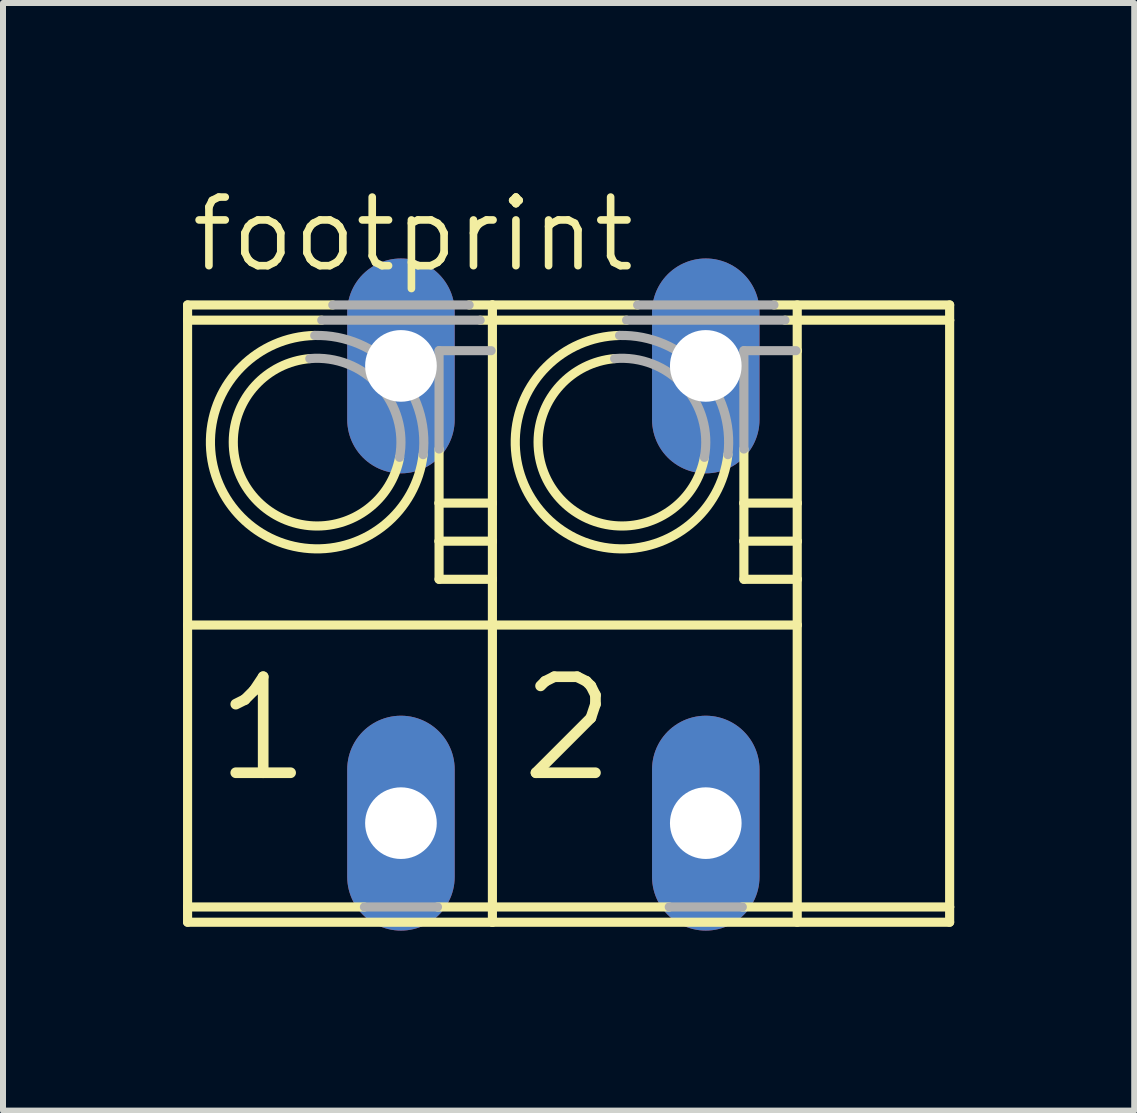
<source format=kicad_pcb>
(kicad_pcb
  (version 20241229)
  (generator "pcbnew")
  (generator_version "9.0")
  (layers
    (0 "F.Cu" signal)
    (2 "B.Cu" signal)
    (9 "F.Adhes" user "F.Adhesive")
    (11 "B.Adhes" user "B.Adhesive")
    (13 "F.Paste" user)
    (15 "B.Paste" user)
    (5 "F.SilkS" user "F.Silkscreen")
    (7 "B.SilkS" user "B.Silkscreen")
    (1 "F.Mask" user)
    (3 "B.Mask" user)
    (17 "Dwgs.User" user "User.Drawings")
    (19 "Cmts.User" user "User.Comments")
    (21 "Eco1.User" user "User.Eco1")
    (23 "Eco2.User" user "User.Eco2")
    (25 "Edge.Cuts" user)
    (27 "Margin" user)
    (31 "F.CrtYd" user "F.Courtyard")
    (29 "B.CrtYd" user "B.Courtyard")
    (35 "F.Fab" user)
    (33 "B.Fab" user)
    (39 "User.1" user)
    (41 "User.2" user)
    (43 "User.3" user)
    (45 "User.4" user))
  (footprint "footprint"
    (layer "F.Cu")
    (at 6.172 6.858)
    (property "Reference" "footprint" (at -6.096 -5.334 0) (layer "F.SilkS") (effects (font (size 1.143 1.143) (thickness 0.127)) (justify left bottom)))
    (fp_line (start -6.096 -4.572) (end -6.096 -4.826) (stroke (width 0.152) (type solid)) (layer "F.SilkS"))
    (fp_line (start -6.096 -4.572) (end -3.86 -4.572) (stroke (width 0.152) (type solid)) (layer "F.SilkS"))
    (fp_line (start -6.096 0.508) (end -6.096 -4.572) (stroke (width 0.152) (type solid)) (layer "F.SilkS"))
    (fp_line (start -6.096 0.508) (end -1.016 0.508) (stroke (width 0.152) (type solid)) (layer "F.SilkS"))
    (fp_line (start -6.096 5.207) (end -6.096 0.508) (stroke (width 0.152) (type solid)) (layer "F.SilkS"))
    (fp_line (start -6.096 5.207) (end -3.149 5.207) (stroke (width 0.152) (type solid)) (layer "F.SilkS"))
    (fp_line (start -6.096 5.461) (end -6.096 5.207) (stroke (width 0.152) (type solid)) (layer "F.SilkS"))
    (fp_line (start -3.676 -4.826) (end -6.096 -4.826) (stroke (width 0.152) (type solid)) (layer "F.SilkS"))
    (fp_line (start -1.931 5.207) (end -1.016 5.207) (stroke (width 0.152) (type solid)) (layer "F.SilkS"))
    (fp_line (start -1.905 -1.524) (end -1.905 -2.425) (stroke (width 0.152) (type solid)) (layer "F.SilkS"))
    (fp_line (start -1.905 -0.889) (end -1.905 -1.524) (stroke (width 0.152) (type solid)) (layer "F.SilkS"))
    (fp_line (start -1.905 -0.254) (end -1.905 -0.889) (stroke (width 0.152) (type solid)) (layer "F.SilkS"))
    (fp_line (start -1.22 -4.572) (end -1.016 -4.572) (stroke (width 0.152) (type solid)) (layer "F.SilkS"))
    (fp_line (start -1.037 -4.064) (end -1.016 -4.064) (stroke (width 0.152) (type solid)) (layer "F.SilkS"))
    (fp_line (start -1.016 -4.826) (end -1.404 -4.826) (stroke (width 0.152) (type solid)) (layer "F.SilkS"))
    (fp_line (start -1.016 -4.572) (end -1.016 -4.826) (stroke (width 0.152) (type solid)) (layer "F.SilkS"))
    (fp_line (start -1.016 -4.572) (end 1.22 -4.572) (stroke (width 0.152) (type solid)) (layer "F.SilkS"))
    (fp_line (start -1.016 -4.064) (end -1.016 -4.572) (stroke (width 0.152) (type solid)) (layer "F.SilkS"))
    (fp_line (start -1.016 -1.524) (end -1.905 -1.524) (stroke (width 0.152) (type solid)) (layer "F.SilkS"))
    (fp_line (start -1.016 -1.524) (end -1.016 -4.064) (stroke (width 0.152) (type solid)) (layer "F.SilkS"))
    (fp_line (start -1.016 -0.889) (end -1.905 -0.889) (stroke (width 0.152) (type solid)) (layer "F.SilkS"))
    (fp_line (start -1.016 -0.889) (end -1.016 -1.524) (stroke (width 0.152) (type solid)) (layer "F.SilkS"))
    (fp_line (start -1.016 -0.254) (end -1.905 -0.254) (stroke (width 0.152) (type solid)) (layer "F.SilkS"))
    (fp_line (start -1.016 -0.254) (end -1.016 -0.889) (stroke (width 0.152) (type solid)) (layer "F.SilkS"))
    (fp_line (start -1.016 0.508) (end -1.016 -0.254) (stroke (width 0.152) (type solid)) (layer "F.SilkS"))
    (fp_line (start -1.016 0.508) (end 4.064 0.508) (stroke (width 0.152) (type solid)) (layer "F.SilkS"))
    (fp_line (start -1.016 5.207) (end -1.016 0.508) (stroke (width 0.152) (type solid)) (layer "F.SilkS"))
    (fp_line (start -1.016 5.207) (end 1.931 5.207) (stroke (width 0.152) (type solid)) (layer "F.SilkS"))
    (fp_line (start -1.016 5.461) (end -6.096 5.461) (stroke (width 0.152) (type solid)) (layer "F.SilkS"))
    (fp_line (start -1.016 5.461) (end -1.016 5.207) (stroke (width 0.152) (type solid)) (layer "F.SilkS"))
    (fp_line (start 1.404 -4.826) (end -1.016 -4.826) (stroke (width 0.152) (type solid)) (layer "F.SilkS"))
    (fp_line (start 3.175 -1.524) (end 3.175 -2.425) (stroke (width 0.152) (type solid)) (layer "F.SilkS"))
    (fp_line (start 3.175 -0.889) (end 3.175 -1.524) (stroke (width 0.152) (type solid)) (layer "F.SilkS"))
    (fp_line (start 3.175 -0.254) (end 3.175 -0.889) (stroke (width 0.152) (type solid)) (layer "F.SilkS"))
    (fp_line (start 4.043 -4.064) (end 4.064 -4.064) (stroke (width 0.152) (type solid)) (layer "F.SilkS"))
    (fp_line (start 4.064 -4.064) (end 4.064 -4.826) (stroke (width 0.152) (type solid)) (layer "F.SilkS"))
    (fp_line (start 4.064 -1.524) (end 3.175 -1.524) (stroke (width 0.152) (type solid)) (layer "F.SilkS"))
    (fp_line (start 4.064 -1.524) (end 4.064 -4.064) (stroke (width 0.152) (type solid)) (layer "F.SilkS"))
    (fp_line (start 4.064 -0.889) (end 3.175 -0.889) (stroke (width 0.152) (type solid)) (layer "F.SilkS"))
    (fp_line (start 4.064 -0.889) (end 4.064 -1.524) (stroke (width 0.152) (type solid)) (layer "F.SilkS"))
    (fp_line (start 4.064 -0.254) (end 3.175 -0.254) (stroke (width 0.152) (type solid)) (layer "F.SilkS"))
    (fp_line (start 4.064 -0.254) (end 4.064 -0.889) (stroke (width 0.152) (type solid)) (layer "F.SilkS"))
    (fp_line (start 4.064 0.508) (end 4.064 -0.254) (stroke (width 0.152) (type solid)) (layer "F.SilkS"))
    (fp_line (start 4.064 5.461) (end 4.064 0.508) (stroke (width 0.152) (type solid)) (layer "F.SilkS"))
    (fp_line (start 6.604 -4.826) (end 3.676 -4.826) (stroke (width 0.152) (type solid)) (layer "F.SilkS"))
    (fp_line (start 6.604 -4.572) (end 3.86 -4.572) (stroke (width 0.152) (type solid)) (layer "F.SilkS"))
    (fp_line (start 6.604 -4.572) (end 6.604 -4.826) (stroke (width 0.152) (type solid)) (layer "F.SilkS"))
    (fp_line (start 6.604 5.207) (end 3.149 5.207) (stroke (width 0.152) (type solid)) (layer "F.SilkS"))
    (fp_line (start 6.604 5.207) (end 6.604 -4.572) (stroke (width 0.152) (type solid)) (layer "F.SilkS"))
    (fp_line (start 6.604 5.461) (end -1.016 5.461) (stroke (width 0.152) (type solid)) (layer "F.SilkS"))
    (fp_line (start 6.604 5.461) (end 6.604 5.207) (stroke (width 0.152) (type solid)) (layer "F.SilkS"))
    (fp_arc (start -2.562798 -2.286201) (mid -4.970823 -1.599522) (end -4.0592 -3.9317) (stroke (width 0.1524) (type solid)) (layer "F.SilkS"))
    (fp_arc (start -2.1708 -2.3312) (mid -5.252817 -1.343062) (end -3.9769 -4.3175) (stroke (width 0.1524) (type solid)) (layer "F.SilkS"))
    (fp_arc (start 2.5172 -2.2862) (mid 0.109175 -1.599523) (end 1.0208 -3.9317) (stroke (width 0.1524) (type solid)) (layer "F.SilkS"))
    (fp_arc (start 2.909199 -2.331199) (mid -0.172819 -1.343062) (end 1.1031 -4.3175) (stroke (width 0.1524) (type solid)) (layer "F.SilkS"))
    (fp_line (start -3.86 -4.572) (end -1.22 -4.572) (stroke (width 0.152) (type solid)) (layer "F.Fab"))
    (fp_line (start -3.149 5.207) (end -1.931 5.207) (stroke (width 0.152) (type solid)) (layer "F.Fab"))
    (fp_line (start -1.905 -4.064) (end -1.037 -4.064) (stroke (width 0.152) (type solid)) (layer "F.Fab"))
    (fp_line (start -1.905 -2.425) (end -1.905 -4.064) (stroke (width 0.152) (type solid)) (layer "F.Fab"))
    (fp_line (start -1.404 -4.826) (end -3.676 -4.826) (stroke (width 0.152) (type solid)) (layer "F.Fab"))
    (fp_line (start 1.22 -4.572) (end 3.86 -4.572) (stroke (width 0.152) (type solid)) (layer "F.Fab"))
    (fp_line (start 1.931 5.207) (end 3.149 5.207) (stroke (width 0.152) (type solid)) (layer "F.Fab"))
    (fp_line (start 3.175 -4.064) (end 4.043 -4.064) (stroke (width 0.152) (type solid)) (layer "F.Fab"))
    (fp_line (start 3.175 -2.425) (end 3.175 -4.064) (stroke (width 0.152) (type solid)) (layer "F.Fab"))
    (fp_line (start 3.676 -4.826) (end 1.404 -4.826) (stroke (width 0.152) (type solid)) (layer "F.Fab"))
    (fp_arc (start -4.0592 -3.9317) (mid -2.903305 -3.479838) (end -2.563098 -2.286301) (stroke (width 0.1524) (type solid)) (layer "F.Fab"))
    (fp_arc (start -3.9769 -4.3175) (mid -2.621248 -3.735937) (end -2.170999 -2.331201) (stroke (width 0.1524) (type solid)) (layer "F.Fab"))
    (fp_arc (start 1.0208 -3.9317) (mid 2.176694 -3.479837) (end 2.5169 -2.2863) (stroke (width 0.1524) (type solid)) (layer "F.Fab"))
    (fp_arc (start 1.1031 -4.3175) (mid 2.458752 -3.735936) (end 2.909 -2.3312) (stroke (width 0.1524) (type solid)) (layer "F.Fab"))
    (fp_text user "1" (at -5.715 3.175 0) (layer "F.SilkS") (effects (font (size 1.6 1.6) (thickness 0.178)) (justify left bottom)))
    (fp_text user "2" (at -0.635 3.175 0) (layer "F.SilkS") (effects (font (size 1.6 1.6) (thickness 0.178)) (justify left bottom)))
    (pad "1" thru_hole oval (at -2.54 3.81 90) (size 3.581 1.791) (drill 1.194) (layers "*.Cu" "*.Mask"))
    (pad "1A" thru_hole oval (at -2.54 -3.81 90) (size 3.581 1.791) (drill 1.194) (layers "*.Cu" "*.Mask"))
    (pad "2" thru_hole oval (at 2.54 3.81 90) (size 3.581 1.791) (drill 1.194) (layers "*.Cu" "*.Mask"))
    (pad "2A" thru_hole oval (at 2.54 -3.81 90) (size 3.581 1.791) (drill 1.194) (layers "*.Cu" "*.Mask")))
  (gr_rect
    (start -3 -3)
    (end 15.852 15.459)
    (stroke (width 0.1) (type default))
    (fill no)
    (layer "Edge.Cuts")))
</source>
